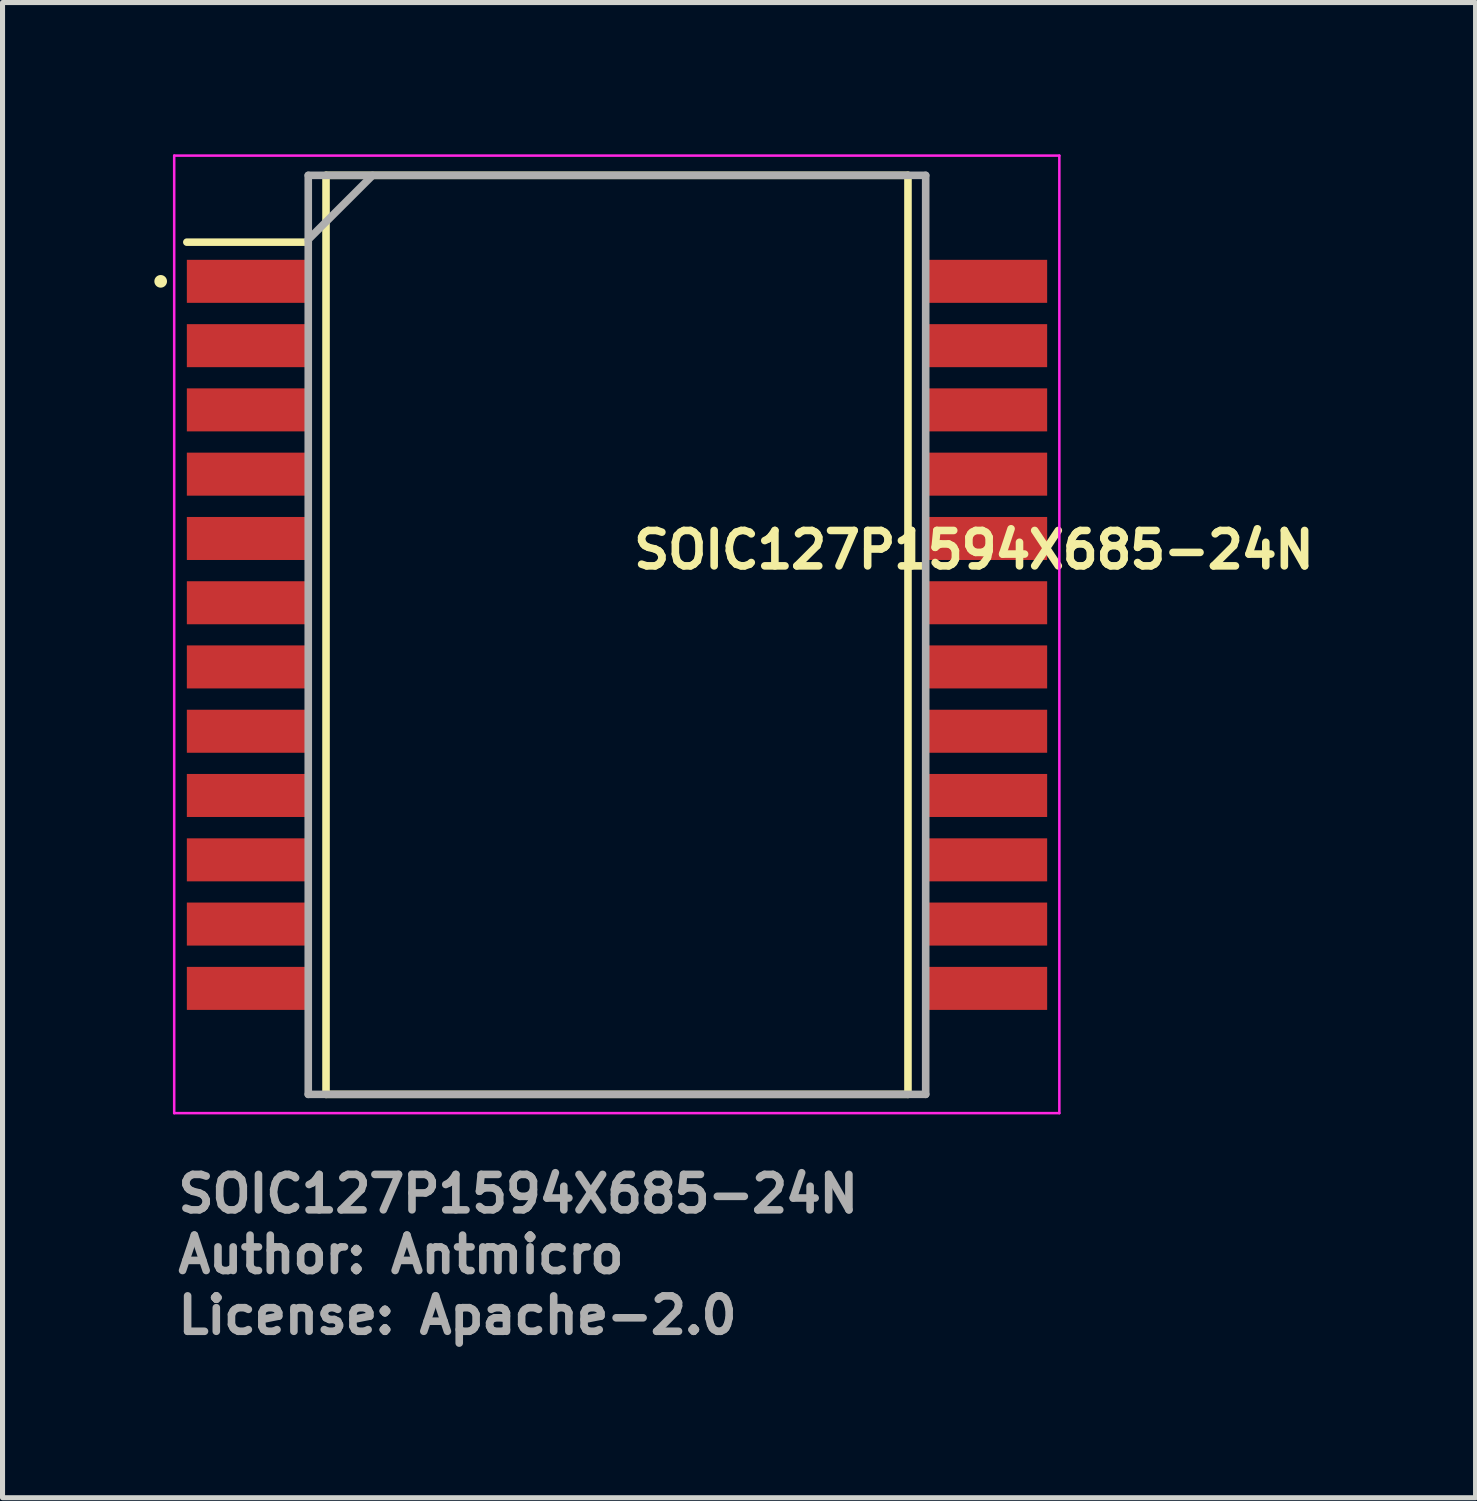
<source format=kicad_pcb>
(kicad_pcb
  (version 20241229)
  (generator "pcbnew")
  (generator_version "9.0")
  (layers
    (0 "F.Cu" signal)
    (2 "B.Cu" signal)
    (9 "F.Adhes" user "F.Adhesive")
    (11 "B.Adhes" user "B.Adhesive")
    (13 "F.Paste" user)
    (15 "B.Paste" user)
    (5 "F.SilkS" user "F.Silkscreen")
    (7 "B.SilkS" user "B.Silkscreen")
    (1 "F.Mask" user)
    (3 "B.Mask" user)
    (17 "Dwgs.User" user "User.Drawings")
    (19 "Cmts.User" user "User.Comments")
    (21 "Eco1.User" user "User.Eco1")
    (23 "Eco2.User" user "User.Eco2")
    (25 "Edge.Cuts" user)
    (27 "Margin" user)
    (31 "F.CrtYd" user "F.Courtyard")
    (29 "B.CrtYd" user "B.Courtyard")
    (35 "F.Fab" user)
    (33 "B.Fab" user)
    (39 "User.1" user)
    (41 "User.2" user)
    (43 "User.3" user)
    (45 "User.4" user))
  (footprint "SOIC127P1594X685-24N"
    (layer "F.Cu")
    (at 9.142 9.495)
    (property "Reference" "SOIC127P1594X685-24N" (at 0.254 -1.27 0) (layer "F.SilkS") (effects (font (size 0.7 0.7) (thickness 0.15)) (justify left bottom)))
    (attr smd)
    (fp_line (start -8.5 -7.76) (end -6.101 -7.76) (stroke (width 0.15) (type solid)) (layer "F.SilkS"))
    (fp_line (start -5.75 -9.08) (end 5.749 -9.08) (stroke (width 0.15) (type solid)) (layer "F.SilkS"))
    (fp_line (start -5.75 9.079) (end -5.75 -9.08) (stroke (width 0.15) (type solid)) (layer "F.SilkS"))
    (fp_line (start 5.749 -9.08) (end 5.749 9.079) (stroke (width 0.15) (type solid)) (layer "F.SilkS"))
    (fp_line (start 5.749 9.079) (end -5.75 9.079) (stroke (width 0.15) (type solid)) (layer "F.SilkS"))
    (fp_circle (center -9.017 -6.986) (end -8.967 -6.986) (stroke (width 0.15) (type solid)) (fill yes) (layer "F.SilkS"))
    (fp_line (start -8.75 -9.47) (end 8.74 -9.47) (stroke (width 0.05) (type solid)) (layer "F.CrtYd"))
    (fp_line (start -8.75 9.45) (end -8.75 -9.47) (stroke (width 0.05) (type solid)) (layer "F.CrtYd"))
    (fp_line (start 8.74 -9.47) (end 8.74 9.45) (stroke (width 0.05) (type solid)) (layer "F.CrtYd"))
    (fp_line (start 8.74 9.45) (end -8.75 9.45) (stroke (width 0.05) (type solid)) (layer "F.CrtYd"))
    (fp_line (start -6.101 -9.08) (end 6.099 -9.08) (stroke (width 0.15) (type solid)) (layer "F.Fab"))
    (fp_line (start -6.101 -7.811) (end -4.83 -9.08) (stroke (width 0.15) (type solid)) (layer "F.Fab"))
    (fp_line (start -6.101 9.079) (end -6.101 -9.08) (stroke (width 0.15) (type solid)) (layer "F.Fab"))
    (fp_line (start 6.099 -9.08) (end 6.099 9.079) (stroke (width 0.15) (type solid)) (layer "F.Fab"))
    (fp_line (start 6.099 9.079) (end -6.101 9.079) (stroke (width 0.15) (type solid)) (layer "F.Fab"))
    (fp_rect (start -8.001 -9.081) (end 7.999 9.079) (stroke (width 0.1) (type solid)) (fill no) (layer "User.5"))
    (fp_line (start -8.001 -7.239) (end -8.001 -6.731) (stroke (width 0.02) (type solid)) (layer "User.9"))
    (fp_line (start -8.001 -7.239) (end -7.305 -7.239) (stroke (width 0.02) (type solid)) (layer "User.9"))
    (fp_line (start -8.001 -6.731) (end -7.305 -6.731) (stroke (width 0.02) (type solid)) (layer "User.9"))
    (fp_line (start -8.001 -5.97) (end -8.001 -5.462) (stroke (width 0.02) (type solid)) (layer "User.9"))
    (fp_line (start -8.001 -5.97) (end -7.305 -5.97) (stroke (width 0.02) (type solid)) (layer "User.9"))
    (fp_line (start -8.001 -5.462) (end -7.305 -5.462) (stroke (width 0.02) (type solid)) (layer "User.9"))
    (fp_line (start -8.001 -4.699) (end -8.001 -4.191) (stroke (width 0.02) (type solid)) (layer "User.9"))
    (fp_line (start -8.001 -4.699) (end -7.305 -4.699) (stroke (width 0.02) (type solid)) (layer "User.9"))
    (fp_line (start -8.001 -4.191) (end -7.305 -4.191) (stroke (width 0.02) (type solid)) (layer "User.9"))
    (fp_line (start -8.001 -3.43) (end -8.001 -2.922) (stroke (width 0.02) (type solid)) (layer "User.9"))
    (fp_line (start -8.001 -3.43) (end -7.305 -3.43) (stroke (width 0.02) (type solid)) (layer "User.9"))
    (fp_line (start -8.001 -2.922) (end -7.305 -2.922) (stroke (width 0.02) (type solid)) (layer "User.9"))
    (fp_line (start -8.001 -2.16) (end -8.001 -1.651) (stroke (width 0.02) (type solid)) (layer "User.9"))
    (fp_line (start -8.001 -2.16) (end -7.305 -2.16) (stroke (width 0.02) (type solid)) (layer "User.9"))
    (fp_line (start -8.001 -1.651) (end -7.305 -1.651) (stroke (width 0.02) (type solid)) (layer "User.9"))
    (fp_line (start -8.001 -0.889) (end -8.001 -0.381) (stroke (width 0.02) (type solid)) (layer "User.9"))
    (fp_line (start -8.001 -0.889) (end -7.305 -0.889) (stroke (width 0.02) (type solid)) (layer "User.9"))
    (fp_line (start -8.001 -0.381) (end -7.305 -0.381) (stroke (width 0.02) (type solid)) (layer "User.9"))
    (fp_line (start -8.001 0.379) (end -8.001 0.887) (stroke (width 0.02) (type solid)) (layer "User.9"))
    (fp_line (start -8.001 0.379) (end -7.305 0.379) (stroke (width 0.02) (type solid)) (layer "User.9"))
    (fp_line (start -8.001 0.887) (end -7.305 0.887) (stroke (width 0.02) (type solid)) (layer "User.9"))
    (fp_line (start -8.001 1.65) (end -8.001 2.157) (stroke (width 0.02) (type solid)) (layer "User.9"))
    (fp_line (start -8.001 1.65) (end -7.305 1.65) (stroke (width 0.02) (type solid)) (layer "User.9"))
    (fp_line (start -8.001 2.157) (end -7.305 2.157) (stroke (width 0.02) (type solid)) (layer "User.9"))
    (fp_line (start -8.001 2.919) (end -8.001 3.427) (stroke (width 0.02) (type solid)) (layer "User.9"))
    (fp_line (start -8.001 2.919) (end -7.305 2.919) (stroke (width 0.02) (type solid)) (layer "User.9"))
    (fp_line (start -8.001 3.427) (end -7.305 3.427) (stroke (width 0.02) (type solid)) (layer "User.9"))
    (fp_line (start -8.001 4.19) (end -8.001 4.698) (stroke (width 0.02) (type solid)) (layer "User.9"))
    (fp_line (start -8.001 4.19) (end -7.305 4.19) (stroke (width 0.02) (type solid)) (layer "User.9"))
    (fp_line (start -8.001 4.698) (end -7.305 4.698) (stroke (width 0.02) (type solid)) (layer "User.9"))
    (fp_line (start -8.001 5.461) (end -8.001 5.969) (stroke (width 0.02) (type solid)) (layer "User.9"))
    (fp_line (start -8.001 5.461) (end -7.305 5.461) (stroke (width 0.02) (type solid)) (layer "User.9"))
    (fp_line (start -8.001 5.969) (end -7.305 5.969) (stroke (width 0.02) (type solid)) (layer "User.9"))
    (fp_line (start -8.001 6.73) (end -8.001 7.238) (stroke (width 0.02) (type solid)) (layer "User.9"))
    (fp_line (start -8.001 6.73) (end -7.305 6.73) (stroke (width 0.02) (type solid)) (layer "User.9"))
    (fp_line (start -8.001 7.238) (end -7.305 7.238) (stroke (width 0.02) (type solid)) (layer "User.9"))
    (fp_line (start -7.305 -7.239) (end -7.18 -7.239) (stroke (width 0.02) (type solid)) (layer "User.9"))
    (fp_line (start -7.305 -5.97) (end -7.18 -5.97) (stroke (width 0.02) (type solid)) (layer "User.9"))
    (fp_line (start -7.305 -4.699) (end -7.18 -4.699) (stroke (width 0.02) (type solid)) (layer "User.9"))
    (fp_line (start -7.305 -3.43) (end -7.18 -3.43) (stroke (width 0.02) (type solid)) (layer "User.9"))
    (fp_line (start -7.305 -2.16) (end -7.18 -2.16) (stroke (width 0.02) (type solid)) (layer "User.9"))
    (fp_line (start -7.305 -0.889) (end -7.18 -0.889) (stroke (width 0.02) (type solid)) (layer "User.9"))
    (fp_line (start -7.305 0.379) (end -7.18 0.379) (stroke (width 0.02) (type solid)) (layer "User.9"))
    (fp_line (start -7.305 1.65) (end -7.18 1.65) (stroke (width 0.02) (type solid)) (layer "User.9"))
    (fp_line (start -7.305 2.919) (end -7.18 2.919) (stroke (width 0.02) (type solid)) (layer "User.9"))
    (fp_line (start -7.305 4.19) (end -7.18 4.19) (stroke (width 0.02) (type solid)) (layer "User.9"))
    (fp_line (start -7.305 5.461) (end -7.18 5.461) (stroke (width 0.02) (type solid)) (layer "User.9"))
    (fp_line (start -7.305 6.73) (end -7.18 6.73) (stroke (width 0.02) (type solid)) (layer "User.9"))
    (fp_line (start -7.18 -7.239) (end -6.874 -7.239) (stroke (width 0.02) (type solid)) (layer "User.9"))
    (fp_line (start -7.18 -6.731) (end -7.305 -6.731) (stroke (width 0.02) (type solid)) (layer "User.9"))
    (fp_line (start -7.18 -6.731) (end -6.874 -6.731) (stroke (width 0.02) (type solid)) (layer "User.9"))
    (fp_line (start -7.18 -5.97) (end -6.874 -5.97) (stroke (width 0.02) (type solid)) (layer "User.9"))
    (fp_line (start -7.18 -5.462) (end -7.305 -5.462) (stroke (width 0.02) (type solid)) (layer "User.9"))
    (fp_line (start -7.18 -5.462) (end -6.874 -5.462) (stroke (width 0.02) (type solid)) (layer "User.9"))
    (fp_line (start -7.18 -4.699) (end -6.874 -4.699) (stroke (width 0.02) (type solid)) (layer "User.9"))
    (fp_line (start -7.18 -4.191) (end -7.305 -4.191) (stroke (width 0.02) (type solid)) (layer "User.9"))
    (fp_line (start -7.18 -4.191) (end -6.874 -4.191) (stroke (width 0.02) (type solid)) (layer "User.9"))
    (fp_line (start -7.18 -3.43) (end -6.874 -3.43) (stroke (width 0.02) (type solid)) (layer "User.9"))
    (fp_line (start -7.18 -2.922) (end -7.305 -2.922) (stroke (width 0.02) (type solid)) (layer "User.9"))
    (fp_line (start -7.18 -2.922) (end -6.874 -2.922) (stroke (width 0.02) (type solid)) (layer "User.9"))
    (fp_line (start -7.18 -2.16) (end -6.874 -2.16) (stroke (width 0.02) (type solid)) (layer "User.9"))
    (fp_line (start -7.18 -1.651) (end -7.305 -1.651) (stroke (width 0.02) (type solid)) (layer "User.9"))
    (fp_line (start -7.18 -1.651) (end -6.874 -1.651) (stroke (width 0.02) (type solid)) (layer "User.9"))
    (fp_line (start -7.18 -0.889) (end -6.874 -0.889) (stroke (width 0.02) (type solid)) (layer "User.9"))
    (fp_line (start -7.18 -0.381) (end -7.305 -0.381) (stroke (width 0.02) (type solid)) (layer "User.9"))
    (fp_line (start -7.18 -0.381) (end -6.874 -0.381) (stroke (width 0.02) (type solid)) (layer "User.9"))
    (fp_line (start -7.18 0.379) (end -6.874 0.379) (stroke (width 0.02) (type solid)) (layer "User.9"))
    (fp_line (start -7.18 0.887) (end -7.305 0.887) (stroke (width 0.02) (type solid)) (layer "User.9"))
    (fp_line (start -7.18 0.887) (end -6.874 0.887) (stroke (width 0.02) (type solid)) (layer "User.9"))
    (fp_line (start -7.18 1.65) (end -6.874 1.65) (stroke (width 0.02) (type solid)) (layer "User.9"))
    (fp_line (start -7.18 2.157) (end -7.305 2.157) (stroke (width 0.02) (type solid)) (layer "User.9"))
    (fp_line (start -7.18 2.157) (end -6.874 2.157) (stroke (width 0.02) (type solid)) (layer "User.9"))
    (fp_line (start -7.18 2.919) (end -6.874 2.919) (stroke (width 0.02) (type solid)) (layer "User.9"))
    (fp_line (start -7.18 3.427) (end -7.305 3.427) (stroke (width 0.02) (type solid)) (layer "User.9"))
    (fp_line (start -7.18 3.427) (end -6.874 3.427) (stroke (width 0.02) (type solid)) (layer "User.9"))
    (fp_line (start -7.18 4.19) (end -6.874 4.19) (stroke (width 0.02) (type solid)) (layer "User.9"))
    (fp_line (start -7.18 4.698) (end -7.305 4.698) (stroke (width 0.02) (type solid)) (layer "User.9"))
    (fp_line (start -7.18 4.698) (end -6.874 4.698) (stroke (width 0.02) (type solid)) (layer "User.9"))
    (fp_line (start -7.18 5.461) (end -6.874 5.461) (stroke (width 0.02) (type solid)) (layer "User.9"))
    (fp_line (start -7.18 5.969) (end -7.305 5.969) (stroke (width 0.02) (type solid)) (layer "User.9"))
    (fp_line (start -7.18 5.969) (end -6.874 5.969) (stroke (width 0.02) (type solid)) (layer "User.9"))
    (fp_line (start -7.18 6.73) (end -6.874 6.73) (stroke (width 0.02) (type solid)) (layer "User.9"))
    (fp_line (start -7.18 7.238) (end -7.305 7.238) (stroke (width 0.02) (type solid)) (layer "User.9"))
    (fp_line (start -7.18 7.238) (end -6.874 7.238) (stroke (width 0.02) (type solid)) (layer "User.9"))
    (fp_line (start -6.874 -7.239) (end -6.499 -7.239) (stroke (width 0.02) (type solid)) (layer "User.9"))
    (fp_line (start -6.874 -5.97) (end -6.499 -5.97) (stroke (width 0.02) (type solid)) (layer "User.9"))
    (fp_line (start -6.874 -4.699) (end -6.499 -4.699) (stroke (width 0.02) (type solid)) (layer "User.9"))
    (fp_line (start -6.874 -3.43) (end -6.499 -3.43) (stroke (width 0.02) (type solid)) (layer "User.9"))
    (fp_line (start -6.874 -2.16) (end -6.499 -2.16) (stroke (width 0.02) (type solid)) (layer "User.9"))
    (fp_line (start -6.874 -0.889) (end -6.499 -0.889) (stroke (width 0.02) (type solid)) (layer "User.9"))
    (fp_line (start -6.874 0.379) (end -6.499 0.379) (stroke (width 0.02) (type solid)) (layer "User.9"))
    (fp_line (start -6.874 1.65) (end -6.499 1.65) (stroke (width 0.02) (type solid)) (layer "User.9"))
    (fp_line (start -6.874 2.919) (end -6.499 2.919) (stroke (width 0.02) (type solid)) (layer "User.9"))
    (fp_line (start -6.874 4.19) (end -6.499 4.19) (stroke (width 0.02) (type solid)) (layer "User.9"))
    (fp_line (start -6.874 5.461) (end -6.499 5.461) (stroke (width 0.02) (type solid)) (layer "User.9"))
    (fp_line (start -6.874 6.73) (end -6.499 6.73) (stroke (width 0.02) (type solid)) (layer "User.9"))
    (fp_line (start -6.499 -7.239) (end -6.096 -7.239) (stroke (width 0.02) (type solid)) (layer "User.9"))
    (fp_line (start -6.499 -6.731) (end -6.874 -6.731) (stroke (width 0.02) (type solid)) (layer "User.9"))
    (fp_line (start -6.499 -6.731) (end -6.096 -6.731) (stroke (width 0.02) (type solid)) (layer "User.9"))
    (fp_line (start -6.499 -5.97) (end -6.096 -5.97) (stroke (width 0.02) (type solid)) (layer "User.9"))
    (fp_line (start -6.499 -5.462) (end -6.874 -5.462) (stroke (width 0.02) (type solid)) (layer "User.9"))
    (fp_line (start -6.499 -5.462) (end -6.096 -5.462) (stroke (width 0.02) (type solid)) (layer "User.9"))
    (fp_line (start -6.499 -4.699) (end -6.096 -4.699) (stroke (width 0.02) (type solid)) (layer "User.9"))
    (fp_line (start -6.499 -4.191) (end -6.874 -4.191) (stroke (width 0.02) (type solid)) (layer "User.9"))
    (fp_line (start -6.499 -4.191) (end -6.096 -4.191) (stroke (width 0.02) (type solid)) (layer "User.9"))
    (fp_line (start -6.499 -3.43) (end -6.096 -3.43) (stroke (width 0.02) (type solid)) (layer "User.9"))
    (fp_line (start -6.499 -2.922) (end -6.874 -2.922) (stroke (width 0.02) (type solid)) (layer "User.9"))
    (fp_line (start -6.499 -2.922) (end -6.096 -2.922) (stroke (width 0.02) (type solid)) (layer "User.9"))
    (fp_line (start -6.499 -2.16) (end -6.096 -2.16) (stroke (width 0.02) (type solid)) (layer "User.9"))
    (fp_line (start -6.499 -1.651) (end -6.874 -1.651) (stroke (width 0.02) (type solid)) (layer "User.9"))
    (fp_line (start -6.499 -1.651) (end -6.096 -1.651) (stroke (width 0.02) (type solid)) (layer "User.9"))
    (fp_line (start -6.499 -0.889) (end -6.096 -0.889) (stroke (width 0.02) (type solid)) (layer "User.9"))
    (fp_line (start -6.499 -0.381) (end -6.874 -0.381) (stroke (width 0.02) (type solid)) (layer "User.9"))
    (fp_line (start -6.499 -0.381) (end -6.096 -0.381) (stroke (width 0.02) (type solid)) (layer "User.9"))
    (fp_line (start -6.499 0.379) (end -6.096 0.379) (stroke (width 0.02) (type solid)) (layer "User.9"))
    (fp_line (start -6.499 0.887) (end -6.874 0.887) (stroke (width 0.02) (type solid)) (layer "User.9"))
    (fp_line (start -6.499 0.887) (end -6.096 0.887) (stroke (width 0.02) (type solid)) (layer "User.9"))
    (fp_line (start -6.499 1.65) (end -6.096 1.65) (stroke (width 0.02) (type solid)) (layer "User.9"))
    (fp_line (start -6.499 2.157) (end -6.874 2.157) (stroke (width 0.02) (type solid)) (layer "User.9"))
    (fp_line (start -6.499 2.157) (end -6.096 2.157) (stroke (width 0.02) (type solid)) (layer "User.9"))
    (fp_line (start -6.499 2.919) (end -6.096 2.919) (stroke (width 0.02) (type solid)) (layer "User.9"))
    (fp_line (start -6.499 3.427) (end -6.874 3.427) (stroke (width 0.02) (type solid)) (layer "User.9"))
    (fp_line (start -6.499 3.427) (end -6.096 3.427) (stroke (width 0.02) (type solid)) (layer "User.9"))
    (fp_line (start -6.499 4.19) (end -6.096 4.19) (stroke (width 0.02) (type solid)) (layer "User.9"))
    (fp_line (start -6.499 4.698) (end -6.874 4.698) (stroke (width 0.02) (type solid)) (layer "User.9"))
    (fp_line (start -6.499 4.698) (end -6.096 4.698) (stroke (width 0.02) (type solid)) (layer "User.9"))
    (fp_line (start -6.499 5.461) (end -6.096 5.461) (stroke (width 0.02) (type solid)) (layer "User.9"))
    (fp_line (start -6.499 5.969) (end -6.874 5.969) (stroke (width 0.02) (type solid)) (layer "User.9"))
    (fp_line (start -6.499 5.969) (end -6.096 5.969) (stroke (width 0.02) (type solid)) (layer "User.9"))
    (fp_line (start -6.499 6.73) (end -6.096 6.73) (stroke (width 0.02) (type solid)) (layer "User.9"))
    (fp_line (start -6.499 7.238) (end -6.874 7.238) (stroke (width 0.02) (type solid)) (layer "User.9"))
    (fp_line (start -6.499 7.238) (end -6.096 7.238) (stroke (width 0.02) (type solid)) (layer "User.9"))
    (fp_line (start -6.096 -9.081) (end -6.096 9.079) (stroke (width 0.02) (type solid)) (layer "User.9"))
    (fp_line (start -6.096 9.079) (end 6.094 9.079) (stroke (width 0.02) (type solid)) (layer "User.9"))
    (fp_line (start -4.7 -6.984) (end -4.698 -6.95) (stroke (width 0.02) (type solid)) (layer "User.9"))
    (fp_line (start -4.698 -7.016) (end -4.7 -6.984) (stroke (width 0.02) (type solid)) (layer "User.9"))
    (fp_line (start -4.698 -6.95) (end -4.696 -6.918) (stroke (width 0.02) (type solid)) (layer "User.9"))
    (fp_line (start -4.696 -7.048) (end -4.698 -7.016) (stroke (width 0.02) (type solid)) (layer "User.9"))
    (fp_line (start -4.696 -6.918) (end -4.692 -6.886) (stroke (width 0.02) (type solid)) (layer "User.9"))
    (fp_line (start -4.692 -7.08) (end -4.696 -7.048) (stroke (width 0.02) (type solid)) (layer "User.9"))
    (fp_line (start -4.692 -6.886) (end -4.686 -6.855) (stroke (width 0.02) (type solid)) (layer "User.9"))
    (fp_line (start -4.686 -7.112) (end -4.692 -7.08) (stroke (width 0.02) (type solid)) (layer "User.9"))
    (fp_line (start -4.686 -6.855) (end -4.678 -6.825) (stroke (width 0.02) (type solid)) (layer "User.9"))
    (fp_line (start -4.678 -7.142) (end -4.686 -7.112) (stroke (width 0.02) (type solid)) (layer "User.9"))
    (fp_line (start -4.678 -6.825) (end -4.67 -6.795) (stroke (width 0.02) (type solid)) (layer "User.9"))
    (fp_line (start -4.67 -7.173) (end -4.678 -7.142) (stroke (width 0.02) (type solid)) (layer "User.9"))
    (fp_line (start -4.67 -6.795) (end -4.66 -6.766) (stroke (width 0.02) (type solid)) (layer "User.9"))
    (fp_line (start -4.66 -7.202) (end -4.67 -7.173) (stroke (width 0.02) (type solid)) (layer "User.9"))
    (fp_line (start -4.66 -6.766) (end -4.648 -6.737) (stroke (width 0.02) (type solid)) (layer "User.9"))
    (fp_line (start -4.648 -7.23) (end -4.66 -7.202) (stroke (width 0.02) (type solid)) (layer "User.9"))
    (fp_line (start -4.648 -6.737) (end -4.636 -6.708) (stroke (width 0.02) (type solid)) (layer "User.9"))
    (fp_line (start -4.636 -7.258) (end -4.648 -7.23) (stroke (width 0.02) (type solid)) (layer "User.9"))
    (fp_line (start -4.636 -6.708) (end -4.623 -6.681) (stroke (width 0.02) (type solid)) (layer "User.9"))
    (fp_line (start -4.623 -7.287) (end -4.636 -7.258) (stroke (width 0.02) (type solid)) (layer "User.9"))
    (fp_line (start -4.623 -6.681) (end -4.607 -6.655) (stroke (width 0.02) (type solid)) (layer "User.9"))
    (fp_line (start -4.607 -7.312) (end -4.623 -7.287) (stroke (width 0.02) (type solid)) (layer "User.9"))
    (fp_line (start -4.607 -6.655) (end -4.591 -6.628) (stroke (width 0.02) (type solid)) (layer "User.9"))
    (fp_line (start -4.591 -7.338) (end -4.607 -7.312) (stroke (width 0.02) (type solid)) (layer "User.9"))
    (fp_line (start -4.591 -6.628) (end -4.573 -6.604) (stroke (width 0.02) (type solid)) (layer "User.9"))
    (fp_line (start -4.573 -7.363) (end -4.591 -7.338) (stroke (width 0.02) (type solid)) (layer "User.9"))
    (fp_line (start -4.573 -6.604) (end -4.554 -6.58) (stroke (width 0.02) (type solid)) (layer "User.9"))
    (fp_line (start -4.554 -7.388) (end -4.573 -7.363) (stroke (width 0.02) (type solid)) (layer "User.9"))
    (fp_line (start -4.554 -6.58) (end -4.533 -6.556) (stroke (width 0.02) (type solid)) (layer "User.9"))
    (fp_line (start -4.533 -7.41) (end -4.554 -7.388) (stroke (width 0.02) (type solid)) (layer "User.9"))
    (fp_line (start -4.533 -6.556) (end -4.512 -6.534) (stroke (width 0.02) (type solid)) (layer "User.9"))
    (fp_line (start -4.512 -7.432) (end -4.533 -7.41) (stroke (width 0.02) (type solid)) (layer "User.9"))
    (fp_line (start -4.512 -6.534) (end -4.49 -6.514) (stroke (width 0.02) (type solid)) (layer "User.9"))
    (fp_line (start -4.49 -7.453) (end -4.512 -7.432) (stroke (width 0.02) (type solid)) (layer "User.9"))
    (fp_line (start -4.49 -6.514) (end -4.467 -6.494) (stroke (width 0.02) (type solid)) (layer "User.9"))
    (fp_line (start -4.467 -7.474) (end -4.49 -7.453) (stroke (width 0.02) (type solid)) (layer "User.9"))
    (fp_line (start -4.467 -6.494) (end -4.443 -6.475) (stroke (width 0.02) (type solid)) (layer "User.9"))
    (fp_line (start -4.443 -7.493) (end -4.467 -7.474) (stroke (width 0.02) (type solid)) (layer "User.9"))
    (fp_line (start -4.443 -6.475) (end -4.418 -6.457) (stroke (width 0.02) (type solid)) (layer "User.9"))
    (fp_line (start -4.418 -7.509) (end -4.443 -7.493) (stroke (width 0.02) (type solid)) (layer "User.9"))
    (fp_line (start -4.418 -6.457) (end -4.394 -6.44) (stroke (width 0.02) (type solid)) (layer "User.9"))
    (fp_line (start -4.394 -7.527) (end -4.418 -7.509) (stroke (width 0.02) (type solid)) (layer "User.9"))
    (fp_line (start -4.394 -6.44) (end -4.366 -6.425) (stroke (width 0.02) (type solid)) (layer "User.9"))
    (fp_line (start -4.366 -7.541) (end -4.394 -7.527) (stroke (width 0.02) (type solid)) (layer "User.9"))
    (fp_line (start -4.366 -6.425) (end -4.339 -6.412) (stroke (width 0.02) (type solid)) (layer "User.9"))
    (fp_line (start -4.339 -7.556) (end -4.366 -7.541) (stroke (width 0.02) (type solid)) (layer "User.9"))
    (fp_line (start -4.339 -6.412) (end -4.312 -6.399) (stroke (width 0.02) (type solid)) (layer "User.9"))
    (fp_line (start -4.312 -7.569) (end -4.339 -7.556) (stroke (width 0.02) (type solid)) (layer "User.9"))
    (fp_line (start -4.312 -6.399) (end -4.283 -6.387) (stroke (width 0.02) (type solid)) (layer "User.9"))
    (fp_line (start -4.283 -7.58) (end -4.312 -7.569) (stroke (width 0.02) (type solid)) (layer "User.9"))
    (fp_line (start -4.283 -6.387) (end -4.253 -6.377) (stroke (width 0.02) (type solid)) (layer "User.9"))
    (fp_line (start -4.253 -7.589) (end -4.283 -7.58) (stroke (width 0.02) (type solid)) (layer "User.9"))
    (fp_line (start -4.253 -6.377) (end -4.222 -6.369) (stroke (width 0.02) (type solid)) (layer "User.9"))
    (fp_line (start -4.222 -7.599) (end -4.253 -7.589) (stroke (width 0.02) (type solid)) (layer "User.9"))
    (fp_line (start -4.222 -6.369) (end -4.192 -6.361) (stroke (width 0.02) (type solid)) (layer "User.9"))
    (fp_line (start -4.192 -7.605) (end -4.222 -7.599) (stroke (width 0.02) (type solid)) (layer "User.9"))
    (fp_line (start -4.192 -6.361) (end -4.16 -6.357) (stroke (width 0.02) (type solid)) (layer "User.9"))
    (fp_line (start -4.16 -7.61) (end -4.192 -7.605) (stroke (width 0.02) (type solid)) (layer "User.9"))
    (fp_line (start -4.16 -6.357) (end -4.129 -6.353) (stroke (width 0.02) (type solid)) (layer "User.9"))
    (fp_line (start -4.129 -7.615) (end -4.16 -7.61) (stroke (width 0.02) (type solid)) (layer "User.9"))
    (fp_line (start -4.129 -6.353) (end -4.097 -6.35) (stroke (width 0.02) (type solid)) (layer "User.9"))
    (fp_line (start -4.097 -7.618) (end -4.129 -7.615) (stroke (width 0.02) (type solid)) (layer "User.9"))
    (fp_line (start -4.097 -6.35) (end -4.065 -6.348) (stroke (width 0.02) (type solid)) (layer "User.9"))
    (fp_line (start -4.065 -7.618) (end -4.097 -7.618) (stroke (width 0.02) (type solid)) (layer "User.9"))
    (fp_line (start -4.065 -7.618) (end -4.065 -7.618) (stroke (width 0.02) (type solid)) (layer "User.9"))
    (fp_line (start -4.065 -6.348) (end -4.065 -6.348) (stroke (width 0.02) (type solid)) (layer "User.9"))
    (fp_line (start -4.065 -6.348) (end -4.032 -6.35) (stroke (width 0.02) (type solid)) (layer "User.9"))
    (fp_line (start -4.032 -7.618) (end -4.065 -7.618) (stroke (width 0.02) (type solid)) (layer "User.9"))
    (fp_line (start -4.032 -6.35) (end -3.999 -6.353) (stroke (width 0.02) (type solid)) (layer "User.9"))
    (fp_line (start -3.999 -7.615) (end -4.032 -7.618) (stroke (width 0.02) (type solid)) (layer "User.9"))
    (fp_line (start -3.999 -6.353) (end -3.967 -6.357) (stroke (width 0.02) (type solid)) (layer "User.9"))
    (fp_line (start -3.967 -7.61) (end -3.999 -7.615) (stroke (width 0.02) (type solid)) (layer "User.9"))
    (fp_line (start -3.967 -6.357) (end -3.937 -6.361) (stroke (width 0.02) (type solid)) (layer "User.9"))
    (fp_line (start -3.937 -7.605) (end -3.967 -7.61) (stroke (width 0.02) (type solid)) (layer "User.9"))
    (fp_line (start -3.937 -6.361) (end -3.905 -6.369) (stroke (width 0.02) (type solid)) (layer "User.9"))
    (fp_line (start -3.905 -7.599) (end -3.937 -7.605) (stroke (width 0.02) (type solid)) (layer "User.9"))
    (fp_line (start -3.905 -6.369) (end -3.876 -6.377) (stroke (width 0.02) (type solid)) (layer "User.9"))
    (fp_line (start -3.876 -7.589) (end -3.905 -7.599) (stroke (width 0.02) (type solid)) (layer "User.9"))
    (fp_line (start -3.876 -6.377) (end -3.846 -6.387) (stroke (width 0.02) (type solid)) (layer "User.9"))
    (fp_line (start -3.846 -7.58) (end -3.876 -7.589) (stroke (width 0.02) (type solid)) (layer "User.9"))
    (fp_line (start -3.846 -6.387) (end -3.817 -6.399) (stroke (width 0.02) (type solid)) (layer "User.9"))
    (fp_line (start -3.817 -7.569) (end -3.846 -7.58) (stroke (width 0.02) (type solid)) (layer "User.9"))
    (fp_line (start -3.817 -6.399) (end -3.788 -6.412) (stroke (width 0.02) (type solid)) (layer "User.9"))
    (fp_line (start -3.788 -7.556) (end -3.817 -7.569) (stroke (width 0.02) (type solid)) (layer "User.9"))
    (fp_line (start -3.788 -6.412) (end -3.762 -6.425) (stroke (width 0.02) (type solid)) (layer "User.9"))
    (fp_line (start -3.762 -7.541) (end -3.788 -7.556) (stroke (width 0.02) (type solid)) (layer "User.9"))
    (fp_line (start -3.762 -6.425) (end -3.735 -6.44) (stroke (width 0.02) (type solid)) (layer "User.9"))
    (fp_line (start -3.735 -7.527) (end -3.762 -7.541) (stroke (width 0.02) (type solid)) (layer "User.9"))
    (fp_line (start -3.735 -6.44) (end -3.709 -6.457) (stroke (width 0.02) (type solid)) (layer "User.9"))
    (fp_line (start -3.709 -7.509) (end -3.735 -7.527) (stroke (width 0.02) (type solid)) (layer "User.9"))
    (fp_line (start -3.709 -6.457) (end -3.684 -6.475) (stroke (width 0.02) (type solid)) (layer "User.9"))
    (fp_line (start -3.684 -7.493) (end -3.709 -7.509) (stroke (width 0.02) (type solid)) (layer "User.9"))
    (fp_line (start -3.684 -6.475) (end -3.66 -6.494) (stroke (width 0.02) (type solid)) (layer "User.9"))
    (fp_line (start -3.66 -7.474) (end -3.684 -7.493) (stroke (width 0.02) (type solid)) (layer "User.9"))
    (fp_line (start -3.66 -6.494) (end -3.637 -6.514) (stroke (width 0.02) (type solid)) (layer "User.9"))
    (fp_line (start -3.637 -7.453) (end -3.66 -7.474) (stroke (width 0.02) (type solid)) (layer "User.9"))
    (fp_line (start -3.637 -6.514) (end -3.615 -6.534) (stroke (width 0.02) (type solid)) (layer "User.9"))
    (fp_line (start -3.615 -7.432) (end -3.637 -7.453) (stroke (width 0.02) (type solid)) (layer "User.9"))
    (fp_line (start -3.615 -6.534) (end -3.594 -6.556) (stroke (width 0.02) (type solid)) (layer "User.9"))
    (fp_line (start -3.594 -7.41) (end -3.615 -7.432) (stroke (width 0.02) (type solid)) (layer "User.9"))
    (fp_line (start -3.594 -6.556) (end -3.575 -6.58) (stroke (width 0.02) (type solid)) (layer "User.9"))
    (fp_line (start -3.575 -7.388) (end -3.594 -7.41) (stroke (width 0.02) (type solid)) (layer "User.9"))
    (fp_line (start -3.575 -6.58) (end -3.556 -6.604) (stroke (width 0.02) (type solid)) (layer "User.9"))
    (fp_line (start -3.556 -7.363) (end -3.575 -7.388) (stroke (width 0.02) (type solid)) (layer "User.9"))
    (fp_line (start -3.556 -6.604) (end -3.538 -6.628) (stroke (width 0.02) (type solid)) (layer "User.9"))
    (fp_line (start -3.538 -7.338) (end -3.556 -7.363) (stroke (width 0.02) (type solid)) (layer "User.9"))
    (fp_line (start -3.538 -6.628) (end -3.522 -6.655) (stroke (width 0.02) (type solid)) (layer "User.9"))
    (fp_line (start -3.522 -7.312) (end -3.538 -7.338) (stroke (width 0.02) (type solid)) (layer "User.9"))
    (fp_line (start -3.522 -6.655) (end -3.506 -6.681) (stroke (width 0.02) (type solid)) (layer "User.9"))
    (fp_line (start -3.506 -7.287) (end -3.522 -7.312) (stroke (width 0.02) (type solid)) (layer "User.9"))
    (fp_line (start -3.506 -6.681) (end -3.491 -6.708) (stroke (width 0.02) (type solid)) (layer "User.9"))
    (fp_line (start -3.491 -7.258) (end -3.506 -7.287) (stroke (width 0.02) (type solid)) (layer "User.9"))
    (fp_line (start -3.491 -6.708) (end -3.48 -6.737) (stroke (width 0.02) (type solid)) (layer "User.9"))
    (fp_line (start -3.48 -7.23) (end -3.491 -7.258) (stroke (width 0.02) (type solid)) (layer "User.9"))
    (fp_line (start -3.48 -6.737) (end -3.467 -6.766) (stroke (width 0.02) (type solid)) (layer "User.9"))
    (fp_line (start -3.467 -7.202) (end -3.48 -7.23) (stroke (width 0.02) (type solid)) (layer "User.9"))
    (fp_line (start -3.467 -6.766) (end -3.458 -6.795) (stroke (width 0.02) (type solid)) (layer "User.9"))
    (fp_line (start -3.458 -7.173) (end -3.467 -7.202) (stroke (width 0.02) (type solid)) (layer "User.9"))
    (fp_line (start -3.458 -6.795) (end -3.45 -6.825) (stroke (width 0.02) (type solid)) (layer "User.9"))
    (fp_line (start -3.45 -7.142) (end -3.458 -7.173) (stroke (width 0.02) (type solid)) (layer "User.9"))
    (fp_line (start -3.45 -6.825) (end -3.442 -6.855) (stroke (width 0.02) (type solid)) (layer "User.9"))
    (fp_line (start -3.442 -7.112) (end -3.45 -7.142) (stroke (width 0.02) (type solid)) (layer "User.9"))
    (fp_line (start -3.442 -6.855) (end -3.437 -6.886) (stroke (width 0.02) (type solid)) (layer "User.9"))
    (fp_line (start -3.437 -7.08) (end -3.442 -7.112) (stroke (width 0.02) (type solid)) (layer "User.9"))
    (fp_line (start -3.437 -6.886) (end -3.432 -6.918) (stroke (width 0.02) (type solid)) (layer "User.9"))
    (fp_line (start -3.432 -7.048) (end -3.437 -7.08) (stroke (width 0.02) (type solid)) (layer "User.9"))
    (fp_line (start -3.432 -6.918) (end -3.429 -6.95) (stroke (width 0.02) (type solid)) (layer "User.9"))
    (fp_line (start -3.429 -7.016) (end -3.432 -7.048) (stroke (width 0.02) (type solid)) (layer "User.9"))
    (fp_line (start -3.429 -6.984) (end -3.429 -7.016) (stroke (width 0.02) (type solid)) (layer "User.9"))
    (fp_line (start -3.429 -6.95) (end -3.429 -6.984) (stroke (width 0.02) (type solid)) (layer "User.9"))
    (fp_line (start 6.094 -9.081) (end -6.096 -9.081) (stroke (width 0.02) (type solid)) (layer "User.9"))
    (fp_line (start 6.094 -7.239) (end 6.496 -7.239) (stroke (width 0.02) (type solid)) (layer "User.9"))
    (fp_line (start 6.094 -6.731) (end 6.496 -6.731) (stroke (width 0.02) (type solid)) (layer "User.9"))
    (fp_line (start 6.094 -5.97) (end 6.496 -5.97) (stroke (width 0.02) (type solid)) (layer "User.9"))
    (fp_line (start 6.094 -5.462) (end 6.496 -5.462) (stroke (width 0.02) (type solid)) (layer "User.9"))
    (fp_line (start 6.094 -4.699) (end 6.496 -4.699) (stroke (width 0.02) (type solid)) (layer "User.9"))
    (fp_line (start 6.094 -4.191) (end 6.496 -4.191) (stroke (width 0.02) (type solid)) (layer "User.9"))
    (fp_line (start 6.094 -3.43) (end 6.496 -3.43) (stroke (width 0.02) (type solid)) (layer "User.9"))
    (fp_line (start 6.094 -2.922) (end 6.496 -2.922) (stroke (width 0.02) (type solid)) (layer "User.9"))
    (fp_line (start 6.094 -2.16) (end 6.496 -2.16) (stroke (width 0.02) (type solid)) (layer "User.9"))
    (fp_line (start 6.094 -1.651) (end 6.496 -1.651) (stroke (width 0.02) (type solid)) (layer "User.9"))
    (fp_line (start 6.094 -0.889) (end 6.496 -0.889) (stroke (width 0.02) (type solid)) (layer "User.9"))
    (fp_line (start 6.094 -0.381) (end 6.496 -0.381) (stroke (width 0.02) (type solid)) (layer "User.9"))
    (fp_line (start 6.094 0.379) (end 6.496 0.379) (stroke (width 0.02) (type solid)) (layer "User.9"))
    (fp_line (start 6.094 0.887) (end 6.496 0.887) (stroke (width 0.02) (type solid)) (layer "User.9"))
    (fp_line (start 6.094 1.65) (end 6.496 1.65) (stroke (width 0.02) (type solid)) (layer "User.9"))
    (fp_line (start 6.094 2.157) (end 6.496 2.157) (stroke (width 0.02) (type solid)) (layer "User.9"))
    (fp_line (start 6.094 2.919) (end 6.496 2.919) (stroke (width 0.02) (type solid)) (layer "User.9"))
    (fp_line (start 6.094 3.427) (end 6.496 3.427) (stroke (width 0.02) (type solid)) (layer "User.9"))
    (fp_line (start 6.094 4.19) (end 6.496 4.19) (stroke (width 0.02) (type solid)) (layer "User.9"))
    (fp_line (start 6.094 4.698) (end 6.496 4.698) (stroke (width 0.02) (type solid)) (layer "User.9"))
    (fp_line (start 6.094 5.461) (end 6.496 5.461) (stroke (width 0.02) (type solid)) (layer "User.9"))
    (fp_line (start 6.094 5.969) (end 6.496 5.969) (stroke (width 0.02) (type solid)) (layer "User.9"))
    (fp_line (start 6.094 6.73) (end 6.496 6.73) (stroke (width 0.02) (type solid)) (layer "User.9"))
    (fp_line (start 6.094 7.238) (end 6.496 7.238) (stroke (width 0.02) (type solid)) (layer "User.9"))
    (fp_line (start 6.094 9.079) (end 6.094 -9.081) (stroke (width 0.02) (type solid)) (layer "User.9"))
    (fp_line (start 6.496 -7.239) (end 6.871 -7.239) (stroke (width 0.02) (type solid)) (layer "User.9"))
    (fp_line (start 6.496 -5.97) (end 6.871 -5.97) (stroke (width 0.02) (type solid)) (layer "User.9"))
    (fp_line (start 6.496 -4.699) (end 6.871 -4.699) (stroke (width 0.02) (type solid)) (layer "User.9"))
    (fp_line (start 6.496 -3.43) (end 6.871 -3.43) (stroke (width 0.02) (type solid)) (layer "User.9"))
    (fp_line (start 6.496 -2.16) (end 6.871 -2.16) (stroke (width 0.02) (type solid)) (layer "User.9"))
    (fp_line (start 6.496 -0.889) (end 6.871 -0.889) (stroke (width 0.02) (type solid)) (layer "User.9"))
    (fp_line (start 6.496 0.379) (end 6.871 0.379) (stroke (width 0.02) (type solid)) (layer "User.9"))
    (fp_line (start 6.496 1.65) (end 6.871 1.65) (stroke (width 0.02) (type solid)) (layer "User.9"))
    (fp_line (start 6.496 2.919) (end 6.871 2.919) (stroke (width 0.02) (type solid)) (layer "User.9"))
    (fp_line (start 6.496 4.19) (end 6.871 4.19) (stroke (width 0.02) (type solid)) (layer "User.9"))
    (fp_line (start 6.496 5.461) (end 6.871 5.461) (stroke (width 0.02) (type solid)) (layer "User.9"))
    (fp_line (start 6.496 6.73) (end 6.871 6.73) (stroke (width 0.02) (type solid)) (layer "User.9"))
    (fp_line (start 6.871 -7.239) (end 7.179 -7.239) (stroke (width 0.02) (type solid)) (layer "User.9"))
    (fp_line (start 6.871 -6.731) (end 6.496 -6.731) (stroke (width 0.02) (type solid)) (layer "User.9"))
    (fp_line (start 6.871 -6.731) (end 7.179 -6.731) (stroke (width 0.02) (type solid)) (layer "User.9"))
    (fp_line (start 6.871 -5.97) (end 7.179 -5.97) (stroke (width 0.02) (type solid)) (layer "User.9"))
    (fp_line (start 6.871 -5.462) (end 6.496 -5.462) (stroke (width 0.02) (type solid)) (layer "User.9"))
    (fp_line (start 6.871 -5.462) (end 7.179 -5.462) (stroke (width 0.02) (type solid)) (layer "User.9"))
    (fp_line (start 6.871 -4.699) (end 7.179 -4.699) (stroke (width 0.02) (type solid)) (layer "User.9"))
    (fp_line (start 6.871 -4.191) (end 6.496 -4.191) (stroke (width 0.02) (type solid)) (layer "User.9"))
    (fp_line (start 6.871 -4.191) (end 7.179 -4.191) (stroke (width 0.02) (type solid)) (layer "User.9"))
    (fp_line (start 6.871 -3.43) (end 7.179 -3.43) (stroke (width 0.02) (type solid)) (layer "User.9"))
    (fp_line (start 6.871 -2.922) (end 6.496 -2.922) (stroke (width 0.02) (type solid)) (layer "User.9"))
    (fp_line (start 6.871 -2.922) (end 7.179 -2.922) (stroke (width 0.02) (type solid)) (layer "User.9"))
    (fp_line (start 6.871 -2.16) (end 7.179 -2.16) (stroke (width 0.02) (type solid)) (layer "User.9"))
    (fp_line (start 6.871 -1.651) (end 6.496 -1.651) (stroke (width 0.02) (type solid)) (layer "User.9"))
    (fp_line (start 6.871 -1.651) (end 7.179 -1.651) (stroke (width 0.02) (type solid)) (layer "User.9"))
    (fp_line (start 6.871 -0.889) (end 7.179 -0.889) (stroke (width 0.02) (type solid)) (layer "User.9"))
    (fp_line (start 6.871 -0.381) (end 6.496 -0.381) (stroke (width 0.02) (type solid)) (layer "User.9"))
    (fp_line (start 6.871 -0.381) (end 7.179 -0.381) (stroke (width 0.02) (type solid)) (layer "User.9"))
    (fp_line (start 6.871 0.379) (end 7.179 0.379) (stroke (width 0.02) (type solid)) (layer "User.9"))
    (fp_line (start 6.871 0.887) (end 6.496 0.887) (stroke (width 0.02) (type solid)) (layer "User.9"))
    (fp_line (start 6.871 0.887) (end 7.179 0.887) (stroke (width 0.02) (type solid)) (layer "User.9"))
    (fp_line (start 6.871 1.65) (end 7.179 1.65) (stroke (width 0.02) (type solid)) (layer "User.9"))
    (fp_line (start 6.871 2.157) (end 6.496 2.157) (stroke (width 0.02) (type solid)) (layer "User.9"))
    (fp_line (start 6.871 2.157) (end 7.179 2.157) (stroke (width 0.02) (type solid)) (layer "User.9"))
    (fp_line (start 6.871 2.919) (end 7.179 2.919) (stroke (width 0.02) (type solid)) (layer "User.9"))
    (fp_line (start 6.871 3.427) (end 6.496 3.427) (stroke (width 0.02) (type solid)) (layer "User.9"))
    (fp_line (start 6.871 3.427) (end 7.179 3.427) (stroke (width 0.02) (type solid)) (layer "User.9"))
    (fp_line (start 6.871 4.19) (end 7.179 4.19) (stroke (width 0.02) (type solid)) (layer "User.9"))
    (fp_line (start 6.871 4.698) (end 6.496 4.698) (stroke (width 0.02) (type solid)) (layer "User.9"))
    (fp_line (start 6.871 4.698) (end 7.179 4.698) (stroke (width 0.02) (type solid)) (layer "User.9"))
    (fp_line (start 6.871 5.461) (end 7.179 5.461) (stroke (width 0.02) (type solid)) (layer "User.9"))
    (fp_line (start 6.871 5.969) (end 6.496 5.969) (stroke (width 0.02) (type solid)) (layer "User.9"))
    (fp_line (start 6.871 5.969) (end 7.179 5.969) (stroke (width 0.02) (type solid)) (layer "User.9"))
    (fp_line (start 6.871 6.73) (end 7.179 6.73) (stroke (width 0.02) (type solid)) (layer "User.9"))
    (fp_line (start 6.871 7.238) (end 6.496 7.238) (stroke (width 0.02) (type solid)) (layer "User.9"))
    (fp_line (start 6.871 7.238) (end 7.179 7.238) (stroke (width 0.02) (type solid)) (layer "User.9"))
    (fp_line (start 7.179 -7.239) (end 7.304 -7.239) (stroke (width 0.02) (type solid)) (layer "User.9"))
    (fp_line (start 7.179 -5.97) (end 7.304 -5.97) (stroke (width 0.02) (type solid)) (layer "User.9"))
    (fp_line (start 7.179 -4.699) (end 7.304 -4.699) (stroke (width 0.02) (type solid)) (layer "User.9"))
    (fp_line (start 7.179 -3.43) (end 7.304 -3.43) (stroke (width 0.02) (type solid)) (layer "User.9"))
    (fp_line (start 7.179 -2.16) (end 7.304 -2.16) (stroke (width 0.02) (type solid)) (layer "User.9"))
    (fp_line (start 7.179 -0.889) (end 7.304 -0.889) (stroke (width 0.02) (type solid)) (layer "User.9"))
    (fp_line (start 7.179 0.379) (end 7.304 0.379) (stroke (width 0.02) (type solid)) (layer "User.9"))
    (fp_line (start 7.179 1.65) (end 7.304 1.65) (stroke (width 0.02) (type solid)) (layer "User.9"))
    (fp_line (start 7.179 2.919) (end 7.304 2.919) (stroke (width 0.02) (type solid)) (layer "User.9"))
    (fp_line (start 7.179 4.19) (end 7.304 4.19) (stroke (width 0.02) (type solid)) (layer "User.9"))
    (fp_line (start 7.179 5.461) (end 7.304 5.461) (stroke (width 0.02) (type solid)) (layer "User.9"))
    (fp_line (start 7.179 6.73) (end 7.304 6.73) (stroke (width 0.02) (type solid)) (layer "User.9"))
    (fp_line (start 7.304 -7.239) (end 7.999 -7.239) (stroke (width 0.02) (type solid)) (layer "User.9"))
    (fp_line (start 7.304 -6.731) (end 7.179 -6.731) (stroke (width 0.02) (type solid)) (layer "User.9"))
    (fp_line (start 7.304 -6.731) (end 7.999 -6.731) (stroke (width 0.02) (type solid)) (layer "User.9"))
    (fp_line (start 7.304 -5.97) (end 7.999 -5.97) (stroke (width 0.02) (type solid)) (layer "User.9"))
    (fp_line (start 7.304 -5.462) (end 7.179 -5.462) (stroke (width 0.02) (type solid)) (layer "User.9"))
    (fp_line (start 7.304 -5.462) (end 7.999 -5.462) (stroke (width 0.02) (type solid)) (layer "User.9"))
    (fp_line (start 7.304 -4.699) (end 7.999 -4.699) (stroke (width 0.02) (type solid)) (layer "User.9"))
    (fp_line (start 7.304 -4.191) (end 7.179 -4.191) (stroke (width 0.02) (type solid)) (layer "User.9"))
    (fp_line (start 7.304 -4.191) (end 7.999 -4.191) (stroke (width 0.02) (type solid)) (layer "User.9"))
    (fp_line (start 7.304 -3.43) (end 7.999 -3.43) (stroke (width 0.02) (type solid)) (layer "User.9"))
    (fp_line (start 7.304 -2.922) (end 7.179 -2.922) (stroke (width 0.02) (type solid)) (layer "User.9"))
    (fp_line (start 7.304 -2.922) (end 7.999 -2.922) (stroke (width 0.02) (type solid)) (layer "User.9"))
    (fp_line (start 7.304 -2.16) (end 7.999 -2.16) (stroke (width 0.02) (type solid)) (layer "User.9"))
    (fp_line (start 7.304 -1.651) (end 7.179 -1.651) (stroke (width 0.02) (type solid)) (layer "User.9"))
    (fp_line (start 7.304 -1.651) (end 7.999 -1.651) (stroke (width 0.02) (type solid)) (layer "User.9"))
    (fp_line (start 7.304 -0.889) (end 7.999 -0.889) (stroke (width 0.02) (type solid)) (layer "User.9"))
    (fp_line (start 7.304 -0.381) (end 7.179 -0.381) (stroke (width 0.02) (type solid)) (layer "User.9"))
    (fp_line (start 7.304 -0.381) (end 7.999 -0.381) (stroke (width 0.02) (type solid)) (layer "User.9"))
    (fp_line (start 7.304 0.379) (end 7.999 0.379) (stroke (width 0.02) (type solid)) (layer "User.9"))
    (fp_line (start 7.304 0.887) (end 7.179 0.887) (stroke (width 0.02) (type solid)) (layer "User.9"))
    (fp_line (start 7.304 0.887) (end 7.999 0.887) (stroke (width 0.02) (type solid)) (layer "User.9"))
    (fp_line (start 7.304 1.65) (end 7.999 1.65) (stroke (width 0.02) (type solid)) (layer "User.9"))
    (fp_line (start 7.304 2.157) (end 7.179 2.157) (stroke (width 0.02) (type solid)) (layer "User.9"))
    (fp_line (start 7.304 2.157) (end 7.999 2.157) (stroke (width 0.02) (type solid)) (layer "User.9"))
    (fp_line (start 7.304 2.919) (end 7.999 2.919) (stroke (width 0.02) (type solid)) (layer "User.9"))
    (fp_line (start 7.304 3.427) (end 7.179 3.427) (stroke (width 0.02) (type solid)) (layer "User.9"))
    (fp_line (start 7.304 3.427) (end 7.999 3.427) (stroke (width 0.02) (type solid)) (layer "User.9"))
    (fp_line (start 7.304 4.19) (end 7.999 4.19) (stroke (width 0.02) (type solid)) (layer "User.9"))
    (fp_line (start 7.304 4.698) (end 7.179 4.698) (stroke (width 0.02) (type solid)) (layer "User.9"))
    (fp_line (start 7.304 4.698) (end 7.999 4.698) (stroke (width 0.02) (type solid)) (layer "User.9"))
    (fp_line (start 7.304 5.461) (end 7.999 5.461) (stroke (width 0.02) (type solid)) (layer "User.9"))
    (fp_line (start 7.304 5.969) (end 7.179 5.969) (stroke (width 0.02) (type solid)) (layer "User.9"))
    (fp_line (start 7.304 5.969) (end 7.999 5.969) (stroke (width 0.02) (type solid)) (layer "User.9"))
    (fp_line (start 7.304 6.73) (end 7.999 6.73) (stroke (width 0.02) (type solid)) (layer "User.9"))
    (fp_line (start 7.304 7.238) (end 7.179 7.238) (stroke (width 0.02) (type solid)) (layer "User.9"))
    (fp_line (start 7.304 7.238) (end 7.999 7.238) (stroke (width 0.02) (type solid)) (layer "User.9"))
    (fp_line (start 7.999 -7.239) (end 7.999 -6.731) (stroke (width 0.02) (type solid)) (layer "User.9"))
    (fp_line (start 7.999 -5.97) (end 7.999 -5.462) (stroke (width 0.02) (type solid)) (layer "User.9"))
    (fp_line (start 7.999 -4.699) (end 7.999 -4.191) (stroke (width 0.02) (type solid)) (layer "User.9"))
    (fp_line (start 7.999 -3.43) (end 7.999 -2.922) (stroke (width 0.02) (type solid)) (layer "User.9"))
    (fp_line (start 7.999 -2.16) (end 7.999 -1.651) (stroke (width 0.02) (type solid)) (layer "User.9"))
    (fp_line (start 7.999 -0.889) (end 7.999 -0.381) (stroke (width 0.02) (type solid)) (layer "User.9"))
    (fp_line (start 7.999 0.379) (end 7.999 0.887) (stroke (width 0.02) (type solid)) (layer "User.9"))
    (fp_line (start 7.999 1.65) (end 7.999 2.157) (stroke (width 0.02) (type solid)) (layer "User.9"))
    (fp_line (start 7.999 2.919) (end 7.999 3.427) (stroke (width 0.02) (type solid)) (layer "User.9"))
    (fp_line (start 7.999 4.19) (end 7.999 4.698) (stroke (width 0.02) (type solid)) (layer "User.9"))
    (fp_line (start 7.999 5.461) (end 7.999 5.969) (stroke (width 0.02) (type solid)) (layer "User.9"))
    (fp_line (start 7.999 6.73) (end 7.999 7.238) (stroke (width 0.02) (type solid)) (layer "User.9"))
    (fp_text user "Author: Antmicro" (at -8.75 12.653 0) (layer "F.Fab") (effects (font (size 0.7 0.7) (thickness 0.15)) (justify left bottom)))
    (fp_text user "${REFERENCE}" (at -8.75 11.454 0) (layer "F.Fab") (effects (font (size 0.7 0.7) (thickness 0.15)) (justify left bottom)))
    (fp_text user "License: Apache-2.0" (at -8.75 13.854 0) (layer "F.Fab") (effects (font (size 0.7 0.7) (thickness 0.15)) (justify left bottom)))
    (pad "1" smd rect (at -7.3 -6.986 90) (size 0.85 2.4) (layers "F.Cu" "F.Mask" "F.Paste"))
    (pad "2" smd rect (at -7.3 -5.715 90) (size 0.85 2.4) (layers "F.Cu" "F.Mask" "F.Paste"))
    (pad "3" smd rect (at -7.3 -4.446 90) (size 0.85 2.4) (layers "F.Cu" "F.Mask" "F.Paste"))
    (pad "4" smd rect (at -7.3 -3.176 90) (size 0.85 2.4) (layers "F.Cu" "F.Mask" "F.Paste"))
    (pad "5" smd rect (at -7.3 -1.905 90) (size 0.85 2.4) (layers "F.Cu" "F.Mask" "F.Paste"))
    (pad "6" smd rect (at -7.3 -0.635 90) (size 0.85 2.4) (layers "F.Cu" "F.Mask" "F.Paste"))
    (pad "7" smd rect (at -7.3 0.633 90) (size 0.85 2.4) (layers "F.Cu" "F.Mask" "F.Paste"))
    (pad "8" smd rect (at -7.3 1.904 90) (size 0.85 2.4) (layers "F.Cu" "F.Mask" "F.Paste"))
    (pad "9" smd rect (at -7.3 3.173 90) (size 0.85 2.4) (layers "F.Cu" "F.Mask" "F.Paste"))
    (pad "10" smd rect (at -7.3 4.445 90) (size 0.85 2.4) (layers "F.Cu" "F.Mask" "F.Paste"))
    (pad "11" smd rect (at -7.3 5.714 90) (size 0.85 2.4) (layers "F.Cu" "F.Mask" "F.Paste"))
    (pad "12" smd rect (at -7.3 6.985 90) (size 0.85 2.4) (layers "F.Cu" "F.Mask" "F.Paste"))
    (pad "13" smd rect (at 7.299 6.985 90) (size 0.85 2.4) (layers "F.Cu" "F.Mask" "F.Paste"))
    (pad "14" smd rect (at 7.299 5.714 90) (size 0.85 2.4) (layers "F.Cu" "F.Mask" "F.Paste"))
    (pad "15" smd rect (at 7.299 4.445 90) (size 0.85 2.4) (layers "F.Cu" "F.Mask" "F.Paste"))
    (pad "16" smd rect (at 7.299 3.173 90) (size 0.85 2.4) (layers "F.Cu" "F.Mask" "F.Paste"))
    (pad "17" smd rect (at 7.299 1.904 90) (size 0.85 2.4) (layers "F.Cu" "F.Mask" "F.Paste"))
    (pad "18" smd rect (at 7.299 0.633 90) (size 0.85 2.4) (layers "F.Cu" "F.Mask" "F.Paste"))
    (pad "19" smd rect (at 7.299 -0.635 90) (size 0.85 2.4) (layers "F.Cu" "F.Mask" "F.Paste"))
    (pad "20" smd rect (at 7.299 -1.905 90) (size 0.85 2.4) (layers "F.Cu" "F.Mask" "F.Paste"))
    (pad "21" smd rect (at 7.299 -3.176 90) (size 0.85 2.4) (layers "F.Cu" "F.Mask" "F.Paste"))
    (pad "22" smd rect (at 7.299 -4.446 90) (size 0.85 2.4) (layers "F.Cu" "F.Mask" "F.Paste"))
    (pad "23" smd rect (at 7.299 -5.715 90) (size 0.85 2.4) (layers "F.Cu" "F.Mask" "F.Paste"))
    (pad "24" smd rect (at 7.299 -6.986 90) (size 0.85 2.4) (layers "F.Cu" "F.Mask" "F.Paste")))
  (gr_rect
    (start -3 -3)
    (end 26.106 26.544)
    (stroke (width 0.1) (type default))
    (fill no)
    (layer "Edge.Cuts")))
</source>
